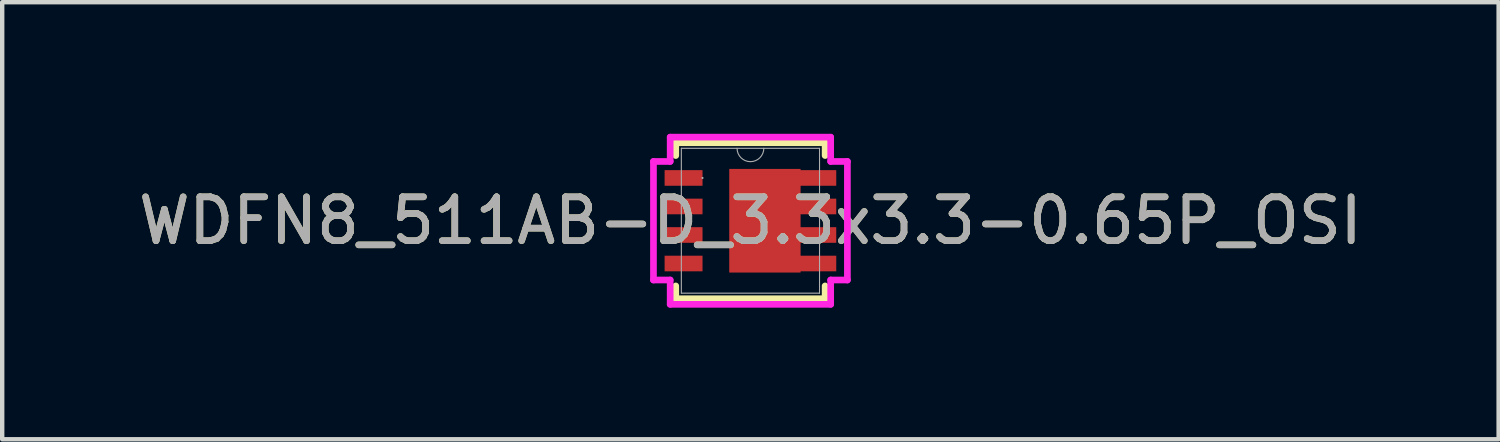
<source format=kicad_pcb>
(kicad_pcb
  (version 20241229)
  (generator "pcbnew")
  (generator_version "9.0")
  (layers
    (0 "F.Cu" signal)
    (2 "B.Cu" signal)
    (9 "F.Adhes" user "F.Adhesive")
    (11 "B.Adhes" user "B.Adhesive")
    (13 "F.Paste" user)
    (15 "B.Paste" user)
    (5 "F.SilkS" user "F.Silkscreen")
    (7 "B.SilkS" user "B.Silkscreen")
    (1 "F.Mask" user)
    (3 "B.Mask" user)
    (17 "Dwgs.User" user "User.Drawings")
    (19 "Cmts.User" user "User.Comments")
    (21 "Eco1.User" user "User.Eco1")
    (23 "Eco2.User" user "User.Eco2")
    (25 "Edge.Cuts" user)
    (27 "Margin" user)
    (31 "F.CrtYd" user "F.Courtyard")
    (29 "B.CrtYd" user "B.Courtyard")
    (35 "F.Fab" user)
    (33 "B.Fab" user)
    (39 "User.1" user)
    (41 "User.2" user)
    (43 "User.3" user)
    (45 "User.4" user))
  (footprint "WDFN8_511AB-D_3.3x3.3-0.65P_OSI"
    (layer "F.Cu")
    (at 14.054 1.981)
    (property "Reference" "WDFN8_511AB-D_3.3x3.3-0.65P_OSI" (at 0 0 0) (unlocked yes) (layer "F.SilkS") (effects (font (size 1 1) (thickness 0.15))))
    (attr smd)
    (fp_poly (pts (xy 1.143 -1.181) (xy -0.483 -1.181) (xy -0.483 1.181) (xy 1.143 1.181)) (stroke (width 0) (type solid)) (fill yes) (layer "F.Cu"))
    (fp_poly (pts (xy 1.143 -1.181) (xy -0.483 -1.181) (xy -0.483 1.181) (xy 1.143 1.181)) (stroke (width 0) (type solid)) (fill yes) (layer "F.Mask"))
    (fp_line (start -1.702 -1.778) (end -1.702 -1.486) (stroke (width 0.152) (type solid)) (layer "F.SilkS"))
    (fp_line (start -1.702 1.486) (end -1.702 1.778) (stroke (width 0.152) (type solid)) (layer "F.SilkS"))
    (fp_line (start -1.702 1.778) (end 1.702 1.778) (stroke (width 0.152) (type solid)) (layer "F.SilkS"))
    (fp_line (start 1.702 -1.778) (end -1.702 -1.778) (stroke (width 0.152) (type solid)) (layer "F.SilkS"))
    (fp_line (start 1.702 -1.486) (end 1.702 -1.778) (stroke (width 0.152) (type solid)) (layer "F.SilkS"))
    (fp_line (start 1.702 1.778) (end 1.702 1.486) (stroke (width 0.152) (type solid)) (layer "F.SilkS"))
    (fp_poly (pts (xy 1.143 -1.181) (xy -0.483 -1.181) (xy -0.483 1.181) (xy 1.143 1.181)) (stroke (width 0) (type solid)) (fill yes) (layer "F.Paste"))
    (fp_line (start -2.21 -1.351) (end -1.829 -1.351) (stroke (width 0.152) (type solid)) (layer "F.CrtYd"))
    (fp_line (start -2.21 1.351) (end -2.21 -1.351) (stroke (width 0.152) (type solid)) (layer "F.CrtYd"))
    (fp_line (start -2.21 1.351) (end -1.829 1.351) (stroke (width 0.152) (type solid)) (layer "F.CrtYd"))
    (fp_line (start -1.829 -1.905) (end 1.829 -1.905) (stroke (width 0.152) (type solid)) (layer "F.CrtYd"))
    (fp_line (start -1.829 -1.351) (end -1.829 -1.905) (stroke (width 0.152) (type solid)) (layer "F.CrtYd"))
    (fp_line (start -1.829 1.905) (end -1.829 1.351) (stroke (width 0.152) (type solid)) (layer "F.CrtYd"))
    (fp_line (start 1.829 -1.905) (end 1.829 -1.351) (stroke (width 0.152) (type solid)) (layer "F.CrtYd"))
    (fp_line (start 1.829 1.351) (end 1.829 1.905) (stroke (width 0.152) (type solid)) (layer "F.CrtYd"))
    (fp_line (start 1.829 1.905) (end -1.829 1.905) (stroke (width 0.152) (type solid)) (layer "F.CrtYd"))
    (fp_line (start 2.21 -1.351) (end 1.829 -1.351) (stroke (width 0.152) (type solid)) (layer "F.CrtYd"))
    (fp_line (start 2.21 -1.351) (end 2.21 1.351) (stroke (width 0.152) (type solid)) (layer "F.CrtYd"))
    (fp_line (start 2.21 1.351) (end 1.829 1.351) (stroke (width 0.152) (type solid)) (layer "F.CrtYd"))
    (fp_line (start -1.575 -1.651) (end -1.575 1.651) (stroke (width 0.025) (type solid)) (layer "F.Fab"))
    (fp_line (start -1.575 1.651) (end 1.575 1.651) (stroke (width 0.025) (type solid)) (layer "F.Fab"))
    (fp_line (start 1.575 -1.651) (end -1.575 -1.651) (stroke (width 0.025) (type solid)) (layer "F.Fab"))
    (fp_line (start 1.575 1.651) (end 1.575 -1.651) (stroke (width 0.025) (type solid)) (layer "F.Fab"))
    (fp_arc (start 0.3048 -1.651) (mid 0 -1.3462) (end -0.3048 -1.651) (stroke (width 0.0254) (type solid)) (layer "F.Fab"))
    (fp_circle (center -1.092 -0.975) (end -1.092 -0.975) (stroke (width 0.025) (type solid)) (fill no) (layer "F.Fab"))
    (fp_text user "${REFERENCE}" (at 0 0 0) (unlocked yes) (layer "F.Fab") (effects (font (size 1 1) (thickness 0.15))))
    (pad "1" smd rect (at -1.524 -0.975) (size 0.864 0.356) (layers "F.Cu" "F.Mask" "F.Paste"))
    (pad "2" smd rect (at -1.524 -0.325) (size 0.864 0.356) (layers "F.Cu" "F.Mask" "F.Paste"))
    (pad "3" smd rect (at -1.524 0.325) (size 0.864 0.356) (layers "F.Cu" "F.Mask" "F.Paste"))
    (pad "4" smd rect (at -1.524 0.975) (size 0.864 0.356) (layers "F.Cu" "F.Mask" "F.Paste"))
    (pad "5" smd rect (at 1.524 0.975) (size 0.864 0.356) (layers "F.Cu" "F.Mask" "F.Paste"))
    (pad "6" smd rect (at 1.524 0.325) (size 0.864 0.356) (layers "F.Cu" "F.Mask" "F.Paste"))
    (pad "7" smd rect (at 1.524 -0.325) (size 0.864 0.356) (layers "F.Cu" "F.Mask" "F.Paste"))
    (pad "8" smd rect (at 1.524 -0.975) (size 0.864 0.356) (layers "F.Cu" "F.Mask" "F.Paste")))
  (gr_rect
    (start -3 -3)
    (end 31.107 6.962)
    (stroke (width 0.1) (type default))
    (fill no)
    (layer "Edge.Cuts")))
</source>
